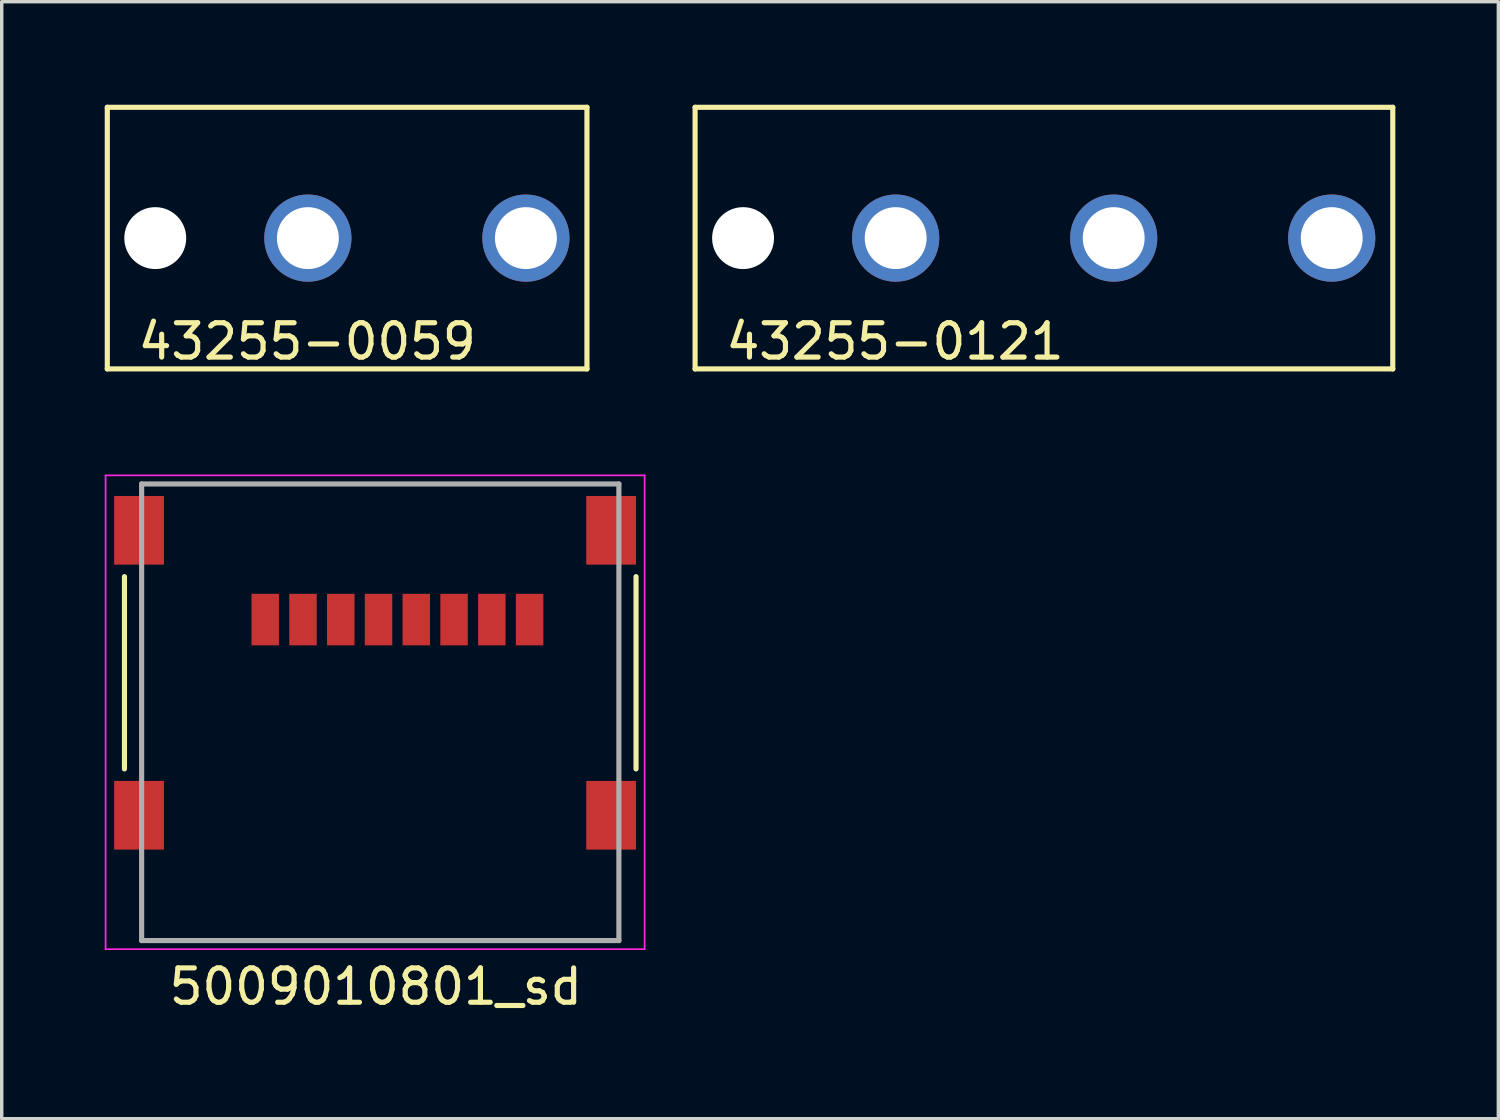
<source format=kicad_pcb>
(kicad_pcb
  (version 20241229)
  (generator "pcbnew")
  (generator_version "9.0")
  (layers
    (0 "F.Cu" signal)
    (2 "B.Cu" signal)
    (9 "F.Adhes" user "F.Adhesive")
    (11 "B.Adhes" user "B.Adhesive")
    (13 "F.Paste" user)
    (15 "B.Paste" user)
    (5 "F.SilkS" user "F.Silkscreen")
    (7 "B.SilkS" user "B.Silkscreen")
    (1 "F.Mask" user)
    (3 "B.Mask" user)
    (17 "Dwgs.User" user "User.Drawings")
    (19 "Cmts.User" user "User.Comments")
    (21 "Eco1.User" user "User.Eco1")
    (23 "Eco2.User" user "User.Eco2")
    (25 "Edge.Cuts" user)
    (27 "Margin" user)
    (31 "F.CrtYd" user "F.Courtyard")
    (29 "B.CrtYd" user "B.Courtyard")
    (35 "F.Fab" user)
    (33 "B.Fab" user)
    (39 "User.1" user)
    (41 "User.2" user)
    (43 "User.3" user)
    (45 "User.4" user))
  (footprint "5009010801_sd"
    (layer "F.Cu")
    (at 7.875 15.745)
    (property "Reference" "5009010801_sd" (at 0.02 9.94 0) (layer "F.SilkS") (effects (font (size 1 1) (thickness 0.15))))
    (attr through_hole)
    (fp_line (start -7.3 -2) (end -7.3 3.6) (stroke (width 0.15) (type solid)) (layer "F.SilkS"))
    (fp_line (start 7.6 -2) (end 7.6 3.6) (stroke (width 0.15) (type solid)) (layer "F.SilkS"))
    (fp_line (start -7.85 -4.95) (end 7.85 -4.95) (stroke (width 0.05) (type solid)) (layer "F.CrtYd"))
    (fp_line (start -7.85 8.85) (end -7.85 -4.95) (stroke (width 0.05) (type solid)) (layer "F.CrtYd"))
    (fp_line (start -7.85 8.85) (end 7.85 8.85) (stroke (width 0.05) (type solid)) (layer "F.CrtYd"))
    (fp_line (start 7.85 8.85) (end 7.85 -4.95) (stroke (width 0.05) (type solid)) (layer "F.CrtYd"))
    (fp_line (start -6.8 -4.7) (end 7.1 -4.7) (stroke (width 0.15) (type solid)) (layer "F.Fab"))
    (fp_line (start -6.8 8.6) (end -6.8 -4.7) (stroke (width 0.15) (type solid)) (layer "F.Fab"))
    (fp_line (start -6.8 8.6) (end 7.1 8.6) (stroke (width 0.15) (type solid)) (layer "F.Fab"))
    (fp_line (start 7.1 8.6) (end 7.1 -4.7) (stroke (width 0.15) (type solid)) (layer "F.Fab"))
    (pad "1" smd rect (at -3.2 -0.75) (size 0.8 1.5) (layers "F.Cu" "F.Mask" "F.Paste"))
    (pad "2" smd rect (at -2.1 -0.75) (size 0.8 1.5) (layers "F.Cu" "F.Mask" "F.Paste"))
    (pad "3" smd rect (at -1 -0.75) (size 0.8 1.5) (layers "F.Cu" "F.Mask" "F.Paste"))
    (pad "4" smd rect (at 0.1 -0.75) (size 0.8 1.5) (layers "F.Cu" "F.Mask" "F.Paste"))
    (pad "5" smd rect (at 1.2 -0.75) (size 0.8 1.5) (layers "F.Cu" "F.Mask" "F.Paste"))
    (pad "6" smd rect (at 2.3 -0.75) (size 0.8 1.5) (layers "F.Cu" "F.Mask" "F.Paste"))
    (pad "7" smd rect (at 3.4 -0.75) (size 0.8 1.5) (layers "F.Cu" "F.Mask" "F.Paste"))
    (pad "8" smd rect (at 4.5 -0.75) (size 0.8 1.5) (layers "F.Cu" "F.Mask" "F.Paste"))
    (pad "9" smd rect (at -6.875 -3.35) (size 1.45 2) (layers "F.Cu" "F.Mask" "F.Paste"))
    (pad "9" smd rect (at -6.875 4.95) (size 1.45 2) (layers "F.Cu" "F.Mask" "F.Paste"))
    (pad "9" smd rect (at 6.875 -3.35) (size 1.45 2) (layers "F.Cu" "F.Mask" "F.Paste"))
    (pad "9" smd rect (at 6.875 4.95) (size 1.45 2) (layers "F.Cu" "F.Mask" "F.Paste")))
  (footprint "43255-0121"
    (layer "F.Cu")
    (at 23.037 3.885)
    (property "Reference" "43255-0121" (at -0.02 3.01 0) (layer "F.SilkS") (effects (font (size 1 1) (thickness 0.15))))
    (attr through_hole)
    (fp_line (start -5.842 -3.81) (end 14.478 -3.81) (stroke (width 0.15) (type solid)) (layer "F.SilkS"))
    (fp_line (start -5.842 3.81) (end -5.842 -3.81) (stroke (width 0.15) (type solid)) (layer "F.SilkS"))
    (fp_line (start -5.842 3.81) (end 14.478 3.81) (stroke (width 0.15) (type solid)) (layer "F.SilkS"))
    (fp_line (start 14.478 -3.81) (end 14.478 3.81) (stroke (width 0.15) (type solid)) (layer "F.SilkS"))
    (pad "" np_thru_hole circle (at -4.445 0) (size 1.803 1.803) (drill 1.803) (layers "*.Cu" "*.Mask"))
    (pad "1" thru_hole circle (at 0 0) (size 2.54 2.54) (drill 1.803) (layers "*.Cu" "*.Mask"))
    (pad "2" thru_hole circle (at 6.35 0) (size 2.54 2.54) (drill 1.803) (layers "*.Cu" "*.Mask"))
    (pad "3" thru_hole circle (at 12.7 0) (size 2.54 2.54) (drill 1.803) (layers "*.Cu" "*.Mask")))
  (footprint "43255-0059"
    (layer "F.Cu")
    (at 5.917 3.885)
    (property "Reference" "43255-0059" (at -0.02 3.01 0) (layer "F.SilkS") (effects (font (size 1 1) (thickness 0.15))))
    (attr through_hole)
    (fp_line (start -5.842 -3.81) (end 8.128 -3.81) (stroke (width 0.15) (type solid)) (layer "F.SilkS"))
    (fp_line (start -5.842 3.81) (end -5.842 -3.81) (stroke (width 0.15) (type solid)) (layer "F.SilkS"))
    (fp_line (start -5.842 3.81) (end 8.128 3.81) (stroke (width 0.15) (type solid)) (layer "F.SilkS"))
    (fp_line (start 8.128 -3.81) (end 8.128 3.81) (stroke (width 0.15) (type solid)) (layer "F.SilkS"))
    (pad "" np_thru_hole circle (at -4.445 0) (size 1.803 1.803) (drill 1.803) (layers "*.Cu" "*.Mask"))
    (pad "1" thru_hole circle (at 0 0) (size 2.54 2.54) (drill 1.803) (layers "*.Cu" "*.Mask"))
    (pad "2" thru_hole circle (at 6.35 0) (size 2.54 2.54) (drill 1.803) (layers "*.Cu" "*.Mask")))
  (gr_rect
    (start -3 -3)
    (end 40.59 29.533)
    (stroke (width 0.1) (type default))
    (fill no)
    (layer "Edge.Cuts")))
</source>
